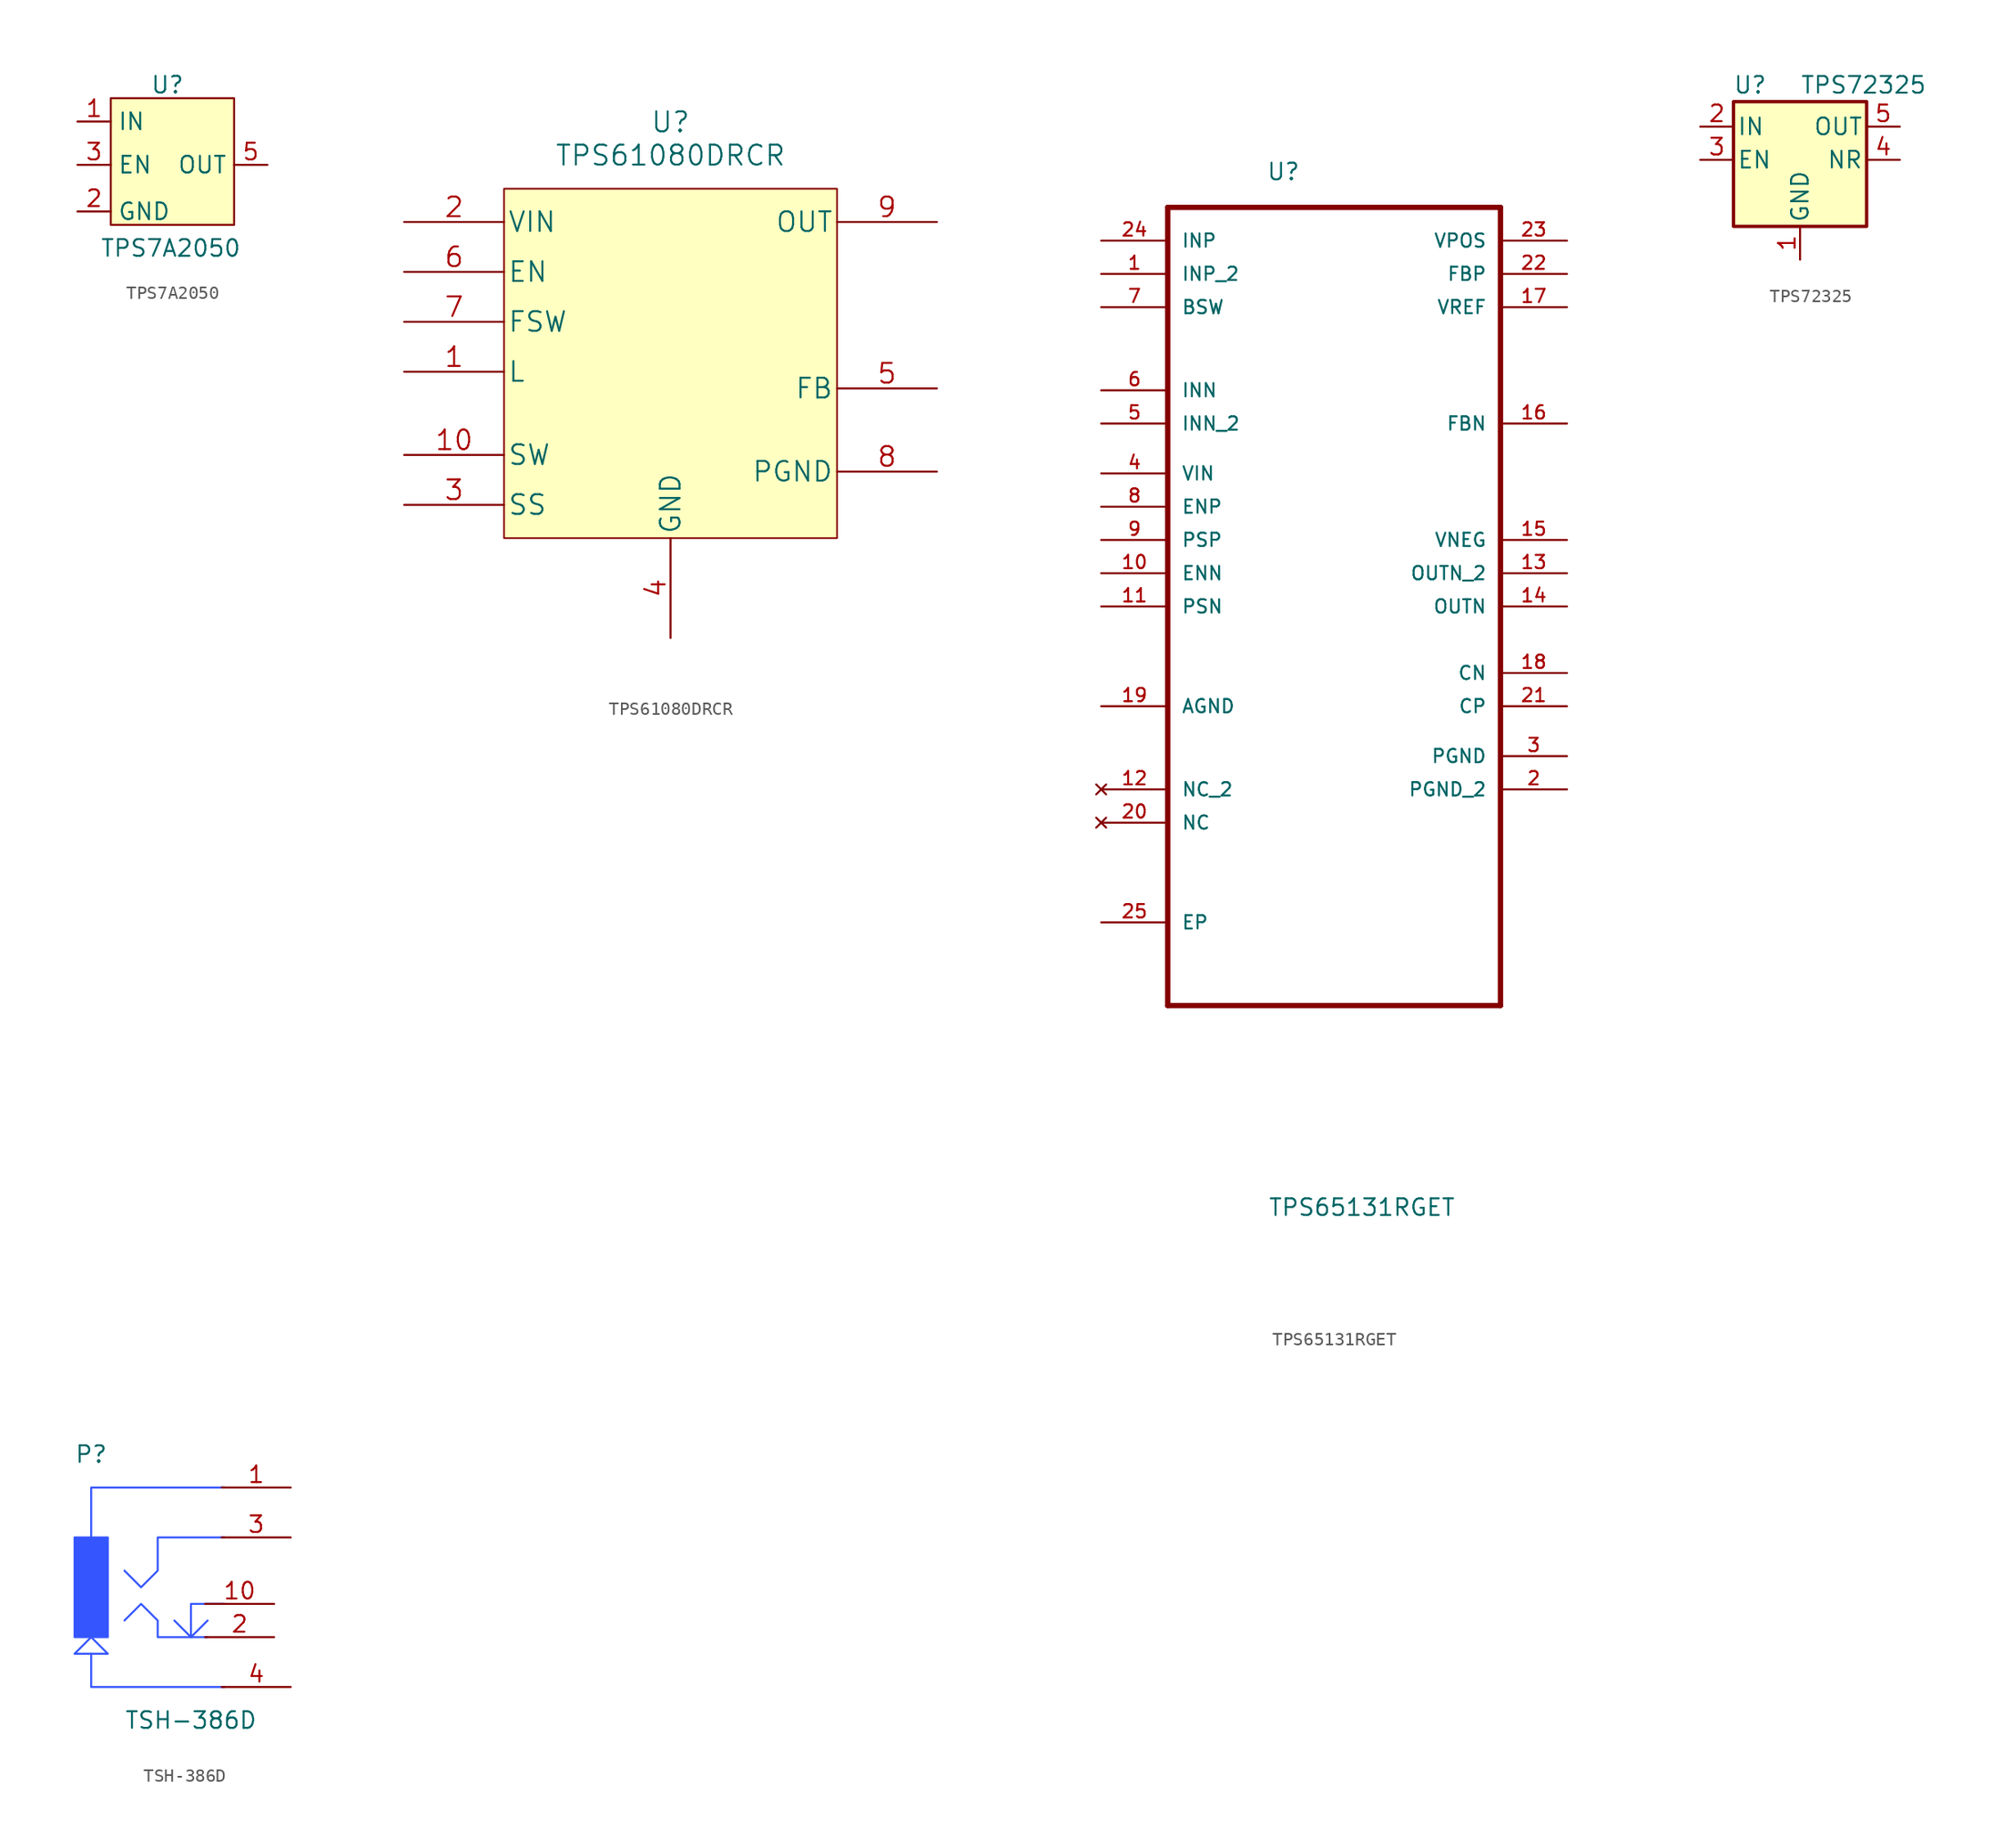
<source format=kicad_sym>
(kicad_symbol_lib
  (version 20220914)
  (generator kicad_symbol_editor)
  (symbol "TPS7A2050"
    (property "Reference" "U"
      (at 0 6.096 0)
      (effects (font (size 1.27 1.27))))
    (property "Value" "TPS7A2050"
      (at 0.254 -6.35 0)
      (effects (font (size 1.27 1.27))))
    (symbol "TPS7A2050_0_1"
      (rectangle (start -4.318 5.08) (end 5.08 -4.572) (stroke (width 0) (type default)) (fill (type background))))
    (symbol "TPS7A2050_1_1"
      (pin passive line (at -6.858 3.302 0) (length 2.54) (name "IN" (effects (font (size 1.27 1.27)))) (number "1" (effects (font (size 1.27 1.27)))))
      (pin passive line (at -6.858 -3.556 0) (length 2.54) (name "GND" (effects (font (size 1.27 1.27)))) (number "2" (effects (font (size 1.27 1.27)))))
      (pin passive line (at -6.858 0 0) (length 2.54) (name "EN" (effects (font (size 1.27 1.27)))) (number "3" (effects (font (size 1.27 1.27)))))
      (pin no_connect line (at 7.62 -3.302 180) (length 2.54) hide (name "N/C" (effects (font (size 1.27 1.27)))) (number "4" (effects (font (size 1.27 1.27)))))
      (pin passive line (at 7.62 0 180) (length 2.54) (name "OUT" (effects (font (size 1.27 1.27)))) (number "5" (effects (font (size 1.27 1.27)))))))
  (symbol "TPS61080DRCR"
    (pin_names
      (offset 0.254))
    (property "Reference" "U"
      (at 0 13.97 0)
      (effects (font (size 1.524 1.524))))
    (property "Value" "TPS61080DRCR"
      (at 0 11.43 0)
      (effects (font (size 1.524 1.524))))
    (property "Datasheet" ""
      (at -20.32 6.35 0)
      (effects (font (size 1.524 1.524))))
    (symbol "TPS61080DRCR_1_0"
      (rectangle (start -12.7 8.89) (end 12.7 -17.78) (stroke (width 0.127) (type solid)) (fill (type background)))
      (pin passive line (at -20.32 -5.08 0) (length 7.62) (name "L" (effects (font (size 1.499 1.499)))) (number "1" (effects (font (size 1.499 1.499)))))
      (pin passive line (at -20.32 -11.43 0) (length 7.62) (name "SW" (effects (font (size 1.499 1.499)))) (number "10" (effects (font (size 1.499 1.499)))))
      (pin power_in line (at -20.32 6.35 0) (length 7.62) (name "VIN" (effects (font (size 1.499 1.499)))) (number "2" (effects (font (size 1.499 1.499)))))
      (pin passive line (at -20.32 -15.24 0) (length 7.62) (name "SS" (effects (font (size 1.499 1.499)))) (number "3" (effects (font (size 1.499 1.499)))))
      (pin passive line (at 0 -25.4 90) (length 7.62) (name "GND" (effects (font (size 1.499 1.499)))) (number "4" (effects (font (size 1.499 1.499)))))
      (pin passive line (at 20.32 -6.35 180) (length 7.62) (name "FB" (effects (font (size 1.499 1.499)))) (number "5" (effects (font (size 1.499 1.499)))))
      (pin input line (at -20.32 2.54 0) (length 7.62) (name "EN" (effects (font (size 1.499 1.499)))) (number "6" (effects (font (size 1.499 1.499)))))
      (pin passive line (at -20.32 -1.27 0) (length 7.62) (name "FSW" (effects (font (size 1.499 1.499)))) (number "7" (effects (font (size 1.499 1.499)))))
      (pin passive line (at 20.32 -12.7 180) (length 7.62) (name "PGND" (effects (font (size 1.499 1.499)))) (number "8" (effects (font (size 1.499 1.499)))))
      (pin power_out line (at 20.32 6.35 180) (length 7.62) (name "OUT" (effects (font (size 1.499 1.499)))) (number "9" (effects (font (size 1.499 1.499))))))
    (symbol "TPS61080DRCR_1_1"
      (pin passive line (at 0 -25.4 90) (length 7.62) hide (name "GND" (effects (font (size 1.27 1.27)))) (number "11" (effects (font (size 1.27 1.27)))))))
  (symbol "TPS65131RGET"
    (pin_names
      (offset 1.016))
    (property "Reference" "U"
      (at -5.182 35.001 0)
      (effects (font (size 1.27 1.27)) (justify left bottom)))
    (property "Value" "TPS65131RGET"
      (at -5.055 -44.094 0)
      (effects (font (size 1.27 1.27)) (justify left bottom)))
    (property "ki_locked" ""
      (at 0 0 0)
      (effects (font (size 1.27 1.27))))
    (symbol "TPS65131RGET_0_0"
      (polyline (pts (xy -12.7 -27.94) (xy 12.7 -27.94)) (stroke (width 0.406) (type solid)) (fill (type none)))
      (polyline (pts (xy 12.7 33.02) (xy -12.7 33.02)) (stroke (width 0.406) (type solid)) (fill (type none)))
      (pin input line (at -17.78 27.94 0) (length 5.08) (name "INP_2" (effects (font (size 1.016 1.016)))) (number "1" (effects (font (size 1.016 1.016)))))
      (pin input line (at -17.78 5.08 0) (length 5.08) (name "ENN" (effects (font (size 1.016 1.016)))) (number "10" (effects (font (size 1.016 1.016)))))
      (pin input line (at -17.78 2.54 0) (length 5.08) (name "PSN" (effects (font (size 1.016 1.016)))) (number "11" (effects (font (size 1.016 1.016)))))
      (pin no_connect line (at -17.78 -11.43 0) (length 5.08) (name "NC_2" (effects (font (size 1.016 1.016)))) (number "12" (effects (font (size 1.016 1.016)))))
      (pin output line (at 17.78 5.08 180) (length 5.08) (name "OUTN_2" (effects (font (size 1.016 1.016)))) (number "13" (effects (font (size 1.016 1.016)))))
      (pin passive line (at 17.78 2.54 180) (length 5.08) (name "OUTN" (effects (font (size 1.016 1.016)))) (number "14" (effects (font (size 1.016 1.016)))))
      (pin input line (at 17.78 7.62 180) (length 5.08) (name "VNEG" (effects (font (size 1.016 1.016)))) (number "15" (effects (font (size 1.016 1.016)))))
      (pin input line (at 17.78 16.51 180) (length 5.08) (name "FBN" (effects (font (size 1.016 1.016)))) (number "16" (effects (font (size 1.016 1.016)))))
      (pin output line (at 17.78 25.4 180) (length 5.08) (name "VREF" (effects (font (size 1.016 1.016)))) (number "17" (effects (font (size 1.016 1.016)))))
      (pin input line (at 17.78 -2.54 180) (length 5.08) (name "CN" (effects (font (size 1.016 1.016)))) (number "18" (effects (font (size 1.016 1.016)))))
      (pin passive line (at -17.78 -5.08 0) (length 5.08) (name "AGND" (effects (font (size 1.016 1.016)))) (number "19" (effects (font (size 1.016 1.016)))))
      (pin passive line (at 17.78 -11.43 180) (length 5.08) (name "PGND_2" (effects (font (size 1.016 1.016)))) (number "2" (effects (font (size 1.016 1.016)))))
      (pin no_connect line (at -17.78 -13.97 0) (length 5.08) (name "NC" (effects (font (size 1.016 1.016)))) (number "20" (effects (font (size 1.016 1.016)))))
      (pin input line (at 17.78 -5.08 180) (length 5.08) (name "CP" (effects (font (size 1.016 1.016)))) (number "21" (effects (font (size 1.016 1.016)))))
      (pin input line (at 17.78 27.94 180) (length 5.08) (name "FBP" (effects (font (size 1.016 1.016)))) (number "22" (effects (font (size 1.016 1.016)))))
      (pin input line (at 17.78 30.48 180) (length 5.08) (name "VPOS" (effects (font (size 1.016 1.016)))) (number "23" (effects (font (size 1.016 1.016)))))
      (pin input line (at -17.78 30.48 0) (length 5.08) (name "INP" (effects (font (size 1.016 1.016)))) (number "24" (effects (font (size 1.016 1.016)))))
      (pin passive line (at -17.78 -21.59 0) (length 5.08) (name "EP" (effects (font (size 1.016 1.016)))) (number "25" (effects (font (size 1.016 1.016)))))
      (pin passive line (at 17.78 -8.89 180) (length 5.08) (name "PGND" (effects (font (size 1.016 1.016)))) (number "3" (effects (font (size 1.016 1.016)))))
      (pin input line (at -17.78 12.7 0) (length 5.08) (name "VIN" (effects (font (size 1.016 1.016)))) (number "4" (effects (font (size 1.016 1.016)))))
      (pin input line (at -17.78 16.51 0) (length 5.08) (name "INN_2" (effects (font (size 1.016 1.016)))) (number "5" (effects (font (size 1.016 1.016)))))
      (pin input line (at -17.78 19.05 0) (length 5.08) (name "INN" (effects (font (size 1.016 1.016)))) (number "6" (effects (font (size 1.016 1.016)))))
      (pin output line (at -17.78 25.4 0) (length 5.08) (name "BSW" (effects (font (size 1.016 1.016)))) (number "7" (effects (font (size 1.016 1.016)))))
      (pin input line (at -17.78 10.16 0) (length 5.08) (name "ENP" (effects (font (size 1.016 1.016)))) (number "8" (effects (font (size 1.016 1.016)))))
      (pin input line (at -17.78 7.62 0) (length 5.08) (name "PSP" (effects (font (size 1.016 1.016)))) (number "9" (effects (font (size 1.016 1.016))))))
    (symbol "TPS65131RGET_1_1"
      (polyline (pts (xy -12.7 33.02) (xy -12.7 -27.94)) (stroke (width 0.406) (type solid)) (fill (type none)))
      (polyline (pts (xy 12.7 33.02) (xy 12.7 -27.94)) (stroke (width 0.406) (type solid)) (fill (type none)))))
  (symbol "TPS72325"
    (pin_names
      (offset 0.254))
    (property "Reference" "U"
      (at -3.81 5.715 0)
      (effects (font (size 1.27 1.27))))
    (property "Value" "TPS72325"
      (at 0 5.715 0)
      (effects (font (size 1.27 1.27)) (justify left)))
    (symbol "TPS72325_0_1"
      (rectangle (start -5.08 4.445) (end 5.08 -5.08) (stroke (width 0.254) (type default)) (fill (type background))))
    (symbol "TPS72325_1_1"
      (pin power_in line (at 0 -7.62 90) (length 2.54) (name "GND" (effects (font (size 1.27 1.27)))) (number "1" (effects (font (size 1.27 1.27)))))
      (pin power_in line (at -7.62 2.54 0) (length 2.54) (name "IN" (effects (font (size 1.27 1.27)))) (number "2" (effects (font (size 1.27 1.27)))))
      (pin input line (at -7.62 0 0) (length 2.54) (name "EN" (effects (font (size 1.27 1.27)))) (number "3" (effects (font (size 1.27 1.27)))))
      (pin no_connect line (at 5.08 0 180) (length 2.54) hide (name "NC" (effects (font (size 1.27 1.27)))) (number "4" (effects (font (size 1.27 1.27)))))
      (pin passive line (at 7.62 0 180) (length 2.54) (name "NR" (effects (font (size 1.27 1.27)))) (number "4" (effects (font (size 1.27 1.27)))))
      (pin power_out line (at 7.62 2.54 180) (length 2.54) (name "OUT" (effects (font (size 1.27 1.27)))) (number "5" (effects (font (size 1.27 1.27)))))))
  (symbol "TSH-386D"
    (pin_names hide)
    (property "Reference" "P"
      (at -7.62 10.16 0)
      (effects (font (size 1.27 1.27))))
    (property "Value" "TSH-386D"
      (at 0 -10.16 0)
      (effects (font (size 1.27 1.27))))
    (symbol "TSH-386D_1_1"
      (rectangle (start -8.89 3.81) (end -6.35 -3.81) (stroke (width 0) (type default) (color 53 86 255 1)) (fill (type color) (color 53 86 255 1)))
      (polyline (pts (xy -7.62 -5.08) (xy -7.62 -7.62) (xy 2.54 -7.62)) (stroke (width 0) (type default) (color 53 86 255 1)) (fill (type none)))
      (polyline (pts (xy 2.54 7.62) (xy -7.62 7.62) (xy -7.62 3.81)) (stroke (width 0) (type default) (color 53 86 255 1)) (fill (type none)))
      (polyline (pts (xy -7.62 -3.81) (xy -8.89 -5.08) (xy -6.35 -5.08) (xy -7.62 -3.81)) (stroke (width 0) (type default) (color 53 86 255 1)) (fill (type none)))
      (polyline (pts (xy 1.27 -3.81) (xy -2.54 -3.81) (xy -2.54 -2.54) (xy -3.81 -1.27) (xy -5.08 -2.54)) (stroke (width 0) (type default) (color 53 86 255 1)) (fill (type none)))
      (polyline (pts (xy 2.54 3.81) (xy -2.54 3.81) (xy -2.54 1.27) (xy -3.81 0) (xy -5.08 1.27)) (stroke (width 0) (type default) (color 53 86 255 1)) (fill (type none)))
      (polyline (pts (xy 2.54 -1.27) (xy 0 -1.27) (xy 0 -3.81) (xy -1.27 -2.54) (xy 0 -3.81) (xy 1.27 -2.54)) (stroke (width 0) (type default) (color 53 86 255 1)) (fill (type none)))
      (pin passive line (at 7.62 7.62 180) (length 5.27) (name "1" (effects (font (size 1.27 1.27)))) (number "1" (effects (font (size 1.27 1.27)))))
      (pin passive line (at 6.35 -1.27 180) (length 5.27) (name "10" (effects (font (size 1.27 1.27)))) (number "10" (effects (font (size 1.27 1.27)))))
      (pin passive line (at 6.35 -3.81 180) (length 5.27) (name "2" (effects (font (size 1.27 1.27)))) (number "2" (effects (font (size 1.27 1.27)))))
      (pin passive line (at 7.62 3.81 180) (length 5.27) (name "3" (effects (font (size 1.27 1.27)))) (number "3" (effects (font (size 1.27 1.27)))))
      (pin passive line (at 7.62 -7.62 180) (length 5.27) (name "4" (effects (font (size 1.27 1.27)))) (number "4" (effects (font (size 1.27 1.27))))))))
</source>
